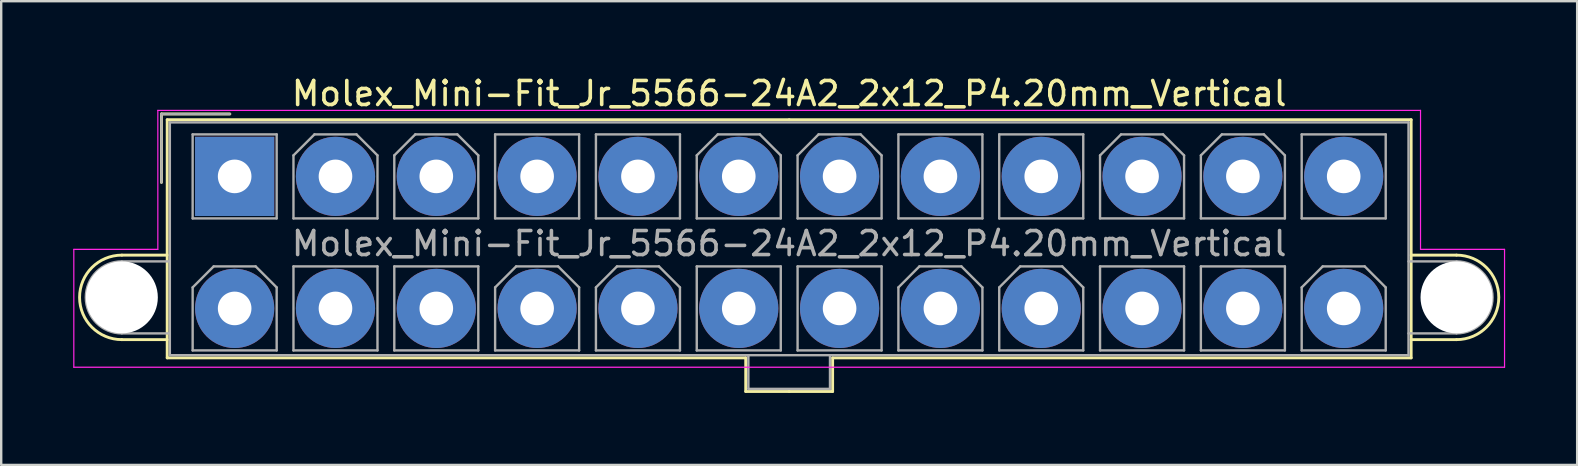
<source format=kicad_pcb>
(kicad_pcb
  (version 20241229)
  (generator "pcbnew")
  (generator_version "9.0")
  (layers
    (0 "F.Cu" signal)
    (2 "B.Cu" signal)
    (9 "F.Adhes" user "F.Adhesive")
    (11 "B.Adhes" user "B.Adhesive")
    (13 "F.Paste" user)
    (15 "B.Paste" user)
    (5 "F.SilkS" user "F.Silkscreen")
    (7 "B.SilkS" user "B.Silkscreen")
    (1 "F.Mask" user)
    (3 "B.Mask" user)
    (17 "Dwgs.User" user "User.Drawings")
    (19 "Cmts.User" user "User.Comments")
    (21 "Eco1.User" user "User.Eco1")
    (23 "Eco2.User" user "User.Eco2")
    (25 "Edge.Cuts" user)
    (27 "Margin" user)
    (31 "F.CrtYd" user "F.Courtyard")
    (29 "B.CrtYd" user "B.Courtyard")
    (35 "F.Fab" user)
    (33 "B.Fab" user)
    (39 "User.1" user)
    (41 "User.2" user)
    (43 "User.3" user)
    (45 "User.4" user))
  (footprint "Molex_Mini-Fit_Jr_5566-24A2_2x12_P4.20mm_Vertical"
    (layer "F.Cu")
    (at 6.725 4.298)
    (property "Reference" "Molex_Mini-Fit_Jr_5566-24A2_2x12_P4.20mm_Vertical" (at 23.1 -3.45 0) (layer "F.SilkS") (effects (font (size 1 1) (thickness 0.15))))
    (attr through_hole)
    (fp_line (start -4.7 3.28) (end -2.81 3.28) (stroke (width 0.12) (type solid)) (layer "F.SilkS"))
    (fp_line (start -4.7 6.8) (end -2.81 6.8) (stroke (width 0.12) (type solid)) (layer "F.SilkS"))
    (fp_line (start -3.05 -2.6) (end -3.05 0.25) (stroke (width 0.12) (type solid)) (layer "F.SilkS"))
    (fp_line (start -2.81 -2.36) (end -2.81 7.56) (stroke (width 0.12) (type solid)) (layer "F.SilkS"))
    (fp_line (start -2.81 7.56) (end 21.29 7.56) (stroke (width 0.12) (type solid)) (layer "F.SilkS"))
    (fp_line (start -0.2 -2.6) (end -3.05 -2.6) (stroke (width 0.12) (type solid)) (layer "F.SilkS"))
    (fp_line (start 21.29 7.56) (end 21.29 8.96) (stroke (width 0.12) (type solid)) (layer "F.SilkS"))
    (fp_line (start 21.29 8.96) (end 23.1 8.96) (stroke (width 0.12) (type solid)) (layer "F.SilkS"))
    (fp_line (start 23.1 -2.36) (end -2.81 -2.36) (stroke (width 0.12) (type solid)) (layer "F.SilkS"))
    (fp_line (start 23.1 -2.36) (end 49.01 -2.36) (stroke (width 0.12) (type solid)) (layer "F.SilkS"))
    (fp_line (start 24.91 7.56) (end 24.91 8.96) (stroke (width 0.12) (type solid)) (layer "F.SilkS"))
    (fp_line (start 24.91 8.96) (end 23.1 8.96) (stroke (width 0.12) (type solid)) (layer "F.SilkS"))
    (fp_line (start 49.01 -2.36) (end 49.01 7.56) (stroke (width 0.12) (type solid)) (layer "F.SilkS"))
    (fp_line (start 49.01 7.56) (end 24.91 7.56) (stroke (width 0.12) (type solid)) (layer "F.SilkS"))
    (fp_line (start 50.9 3.28) (end 49.01 3.28) (stroke (width 0.12) (type solid)) (layer "F.SilkS"))
    (fp_line (start 50.9 6.8) (end 49.01 6.8) (stroke (width 0.12) (type solid)) (layer "F.SilkS"))
    (fp_arc (start -4.7 6.8) (mid -6.46 5.04) (end -4.7 3.28) (stroke (width 0.12) (type solid)) (layer "F.SilkS"))
    (fp_arc (start 50.9 3.28) (mid 52.66 5.04) (end 50.9 6.8) (stroke (width 0.12) (type solid)) (layer "F.SilkS"))
    (fp_line (start -6.7 3.04) (end -6.7 7.95) (stroke (width 0.05) (type solid)) (layer "F.CrtYd"))
    (fp_line (start -6.7 7.95) (end 52.9 7.95) (stroke (width 0.05) (type solid)) (layer "F.CrtYd"))
    (fp_line (start -3.2 -2.75) (end -3.2 3.04) (stroke (width 0.05) (type solid)) (layer "F.CrtYd"))
    (fp_line (start -3.2 3.04) (end -6.7 3.04) (stroke (width 0.05) (type solid)) (layer "F.CrtYd"))
    (fp_line (start 49.4 -2.75) (end -3.2 -2.75) (stroke (width 0.05) (type solid)) (layer "F.CrtYd"))
    (fp_line (start 49.4 3.04) (end 49.4 -2.75) (stroke (width 0.05) (type solid)) (layer "F.CrtYd"))
    (fp_line (start 52.9 3.04) (end 49.4 3.04) (stroke (width 0.05) (type solid)) (layer "F.CrtYd"))
    (fp_line (start 52.9 7.95) (end 52.9 3.04) (stroke (width 0.05) (type solid)) (layer "F.CrtYd"))
    (fp_line (start -4.7 3.54) (end -2.7 3.54) (stroke (width 0.1) (type solid)) (layer "F.Fab"))
    (fp_line (start -4.7 6.54) (end -2.7 6.54) (stroke (width 0.1) (type solid)) (layer "F.Fab"))
    (fp_line (start -3.05 -2.6) (end -3.05 0.25) (stroke (width 0.1) (type solid)) (layer "F.Fab"))
    (fp_line (start -2.7 -2.25) (end -2.7 7.45) (stroke (width 0.1) (type solid)) (layer "F.Fab"))
    (fp_line (start -2.7 7.45) (end 48.9 7.45) (stroke (width 0.1) (type solid)) (layer "F.Fab"))
    (fp_line (start -1.75 -1.75) (end -1.75 1.75) (stroke (width 0.1) (type solid)) (layer "F.Fab"))
    (fp_line (start -1.75 1.75) (end 1.75 1.75) (stroke (width 0.1) (type solid)) (layer "F.Fab"))
    (fp_line (start -1.75 4.625) (end -0.875 3.75) (stroke (width 0.1) (type solid)) (layer "F.Fab"))
    (fp_line (start -1.75 7.25) (end -1.75 4.625) (stroke (width 0.1) (type solid)) (layer "F.Fab"))
    (fp_line (start -0.875 3.75) (end 0.875 3.75) (stroke (width 0.1) (type solid)) (layer "F.Fab"))
    (fp_line (start -0.2 -2.6) (end -3.05 -2.6) (stroke (width 0.1) (type solid)) (layer "F.Fab"))
    (fp_line (start 0.875 3.75) (end 1.75 4.625) (stroke (width 0.1) (type solid)) (layer "F.Fab"))
    (fp_line (start 1.75 -1.75) (end -1.75 -1.75) (stroke (width 0.1) (type solid)) (layer "F.Fab"))
    (fp_line (start 1.75 1.75) (end 1.75 -1.75) (stroke (width 0.1) (type solid)) (layer "F.Fab"))
    (fp_line (start 1.75 4.625) (end 1.75 7.25) (stroke (width 0.1) (type solid)) (layer "F.Fab"))
    (fp_line (start 1.75 7.25) (end -1.75 7.25) (stroke (width 0.1) (type solid)) (layer "F.Fab"))
    (fp_line (start 2.45 -0.875) (end 3.325 -1.75) (stroke (width 0.1) (type solid)) (layer "F.Fab"))
    (fp_line (start 2.45 1.75) (end 2.45 -0.875) (stroke (width 0.1) (type solid)) (layer "F.Fab"))
    (fp_line (start 2.45 3.75) (end 2.45 7.25) (stroke (width 0.1) (type solid)) (layer "F.Fab"))
    (fp_line (start 2.45 7.25) (end 5.95 7.25) (stroke (width 0.1) (type solid)) (layer "F.Fab"))
    (fp_line (start 3.325 -1.75) (end 5.075 -1.75) (stroke (width 0.1) (type solid)) (layer "F.Fab"))
    (fp_line (start 5.075 -1.75) (end 5.95 -0.875) (stroke (width 0.1) (type solid)) (layer "F.Fab"))
    (fp_line (start 5.95 -0.875) (end 5.95 1.75) (stroke (width 0.1) (type solid)) (layer "F.Fab"))
    (fp_line (start 5.95 1.75) (end 2.45 1.75) (stroke (width 0.1) (type solid)) (layer "F.Fab"))
    (fp_line (start 5.95 3.75) (end 2.45 3.75) (stroke (width 0.1) (type solid)) (layer "F.Fab"))
    (fp_line (start 5.95 7.25) (end 5.95 3.75) (stroke (width 0.1) (type solid)) (layer "F.Fab"))
    (fp_line (start 6.65 -0.875) (end 7.525 -1.75) (stroke (width 0.1) (type solid)) (layer "F.Fab"))
    (fp_line (start 6.65 1.75) (end 6.65 -0.875) (stroke (width 0.1) (type solid)) (layer "F.Fab"))
    (fp_line (start 6.65 3.75) (end 6.65 7.25) (stroke (width 0.1) (type solid)) (layer "F.Fab"))
    (fp_line (start 6.65 7.25) (end 10.15 7.25) (stroke (width 0.1) (type solid)) (layer "F.Fab"))
    (fp_line (start 7.525 -1.75) (end 9.275 -1.75) (stroke (width 0.1) (type solid)) (layer "F.Fab"))
    (fp_line (start 9.275 -1.75) (end 10.15 -0.875) (stroke (width 0.1) (type solid)) (layer "F.Fab"))
    (fp_line (start 10.15 -0.875) (end 10.15 1.75) (stroke (width 0.1) (type solid)) (layer "F.Fab"))
    (fp_line (start 10.15 1.75) (end 6.65 1.75) (stroke (width 0.1) (type solid)) (layer "F.Fab"))
    (fp_line (start 10.15 3.75) (end 6.65 3.75) (stroke (width 0.1) (type solid)) (layer "F.Fab"))
    (fp_line (start 10.15 7.25) (end 10.15 3.75) (stroke (width 0.1) (type solid)) (layer "F.Fab"))
    (fp_line (start 10.85 -1.75) (end 10.85 1.75) (stroke (width 0.1) (type solid)) (layer "F.Fab"))
    (fp_line (start 10.85 1.75) (end 14.35 1.75) (stroke (width 0.1) (type solid)) (layer "F.Fab"))
    (fp_line (start 10.85 4.625) (end 11.725 3.75) (stroke (width 0.1) (type solid)) (layer "F.Fab"))
    (fp_line (start 10.85 7.25) (end 10.85 4.625) (stroke (width 0.1) (type solid)) (layer "F.Fab"))
    (fp_line (start 11.725 3.75) (end 13.475 3.75) (stroke (width 0.1) (type solid)) (layer "F.Fab"))
    (fp_line (start 13.475 3.75) (end 14.35 4.625) (stroke (width 0.1) (type solid)) (layer "F.Fab"))
    (fp_line (start 14.35 -1.75) (end 10.85 -1.75) (stroke (width 0.1) (type solid)) (layer "F.Fab"))
    (fp_line (start 14.35 1.75) (end 14.35 -1.75) (stroke (width 0.1) (type solid)) (layer "F.Fab"))
    (fp_line (start 14.35 4.625) (end 14.35 7.25) (stroke (width 0.1) (type solid)) (layer "F.Fab"))
    (fp_line (start 14.35 7.25) (end 10.85 7.25) (stroke (width 0.1) (type solid)) (layer "F.Fab"))
    (fp_line (start 15.05 -1.75) (end 15.05 1.75) (stroke (width 0.1) (type solid)) (layer "F.Fab"))
    (fp_line (start 15.05 1.75) (end 18.55 1.75) (stroke (width 0.1) (type solid)) (layer "F.Fab"))
    (fp_line (start 15.05 4.625) (end 15.925 3.75) (stroke (width 0.1) (type solid)) (layer "F.Fab"))
    (fp_line (start 15.05 7.25) (end 15.05 4.625) (stroke (width 0.1) (type solid)) (layer "F.Fab"))
    (fp_line (start 15.925 3.75) (end 17.675 3.75) (stroke (width 0.1) (type solid)) (layer "F.Fab"))
    (fp_line (start 17.675 3.75) (end 18.55 4.625) (stroke (width 0.1) (type solid)) (layer "F.Fab"))
    (fp_line (start 18.55 -1.75) (end 15.05 -1.75) (stroke (width 0.1) (type solid)) (layer "F.Fab"))
    (fp_line (start 18.55 1.75) (end 18.55 -1.75) (stroke (width 0.1) (type solid)) (layer "F.Fab"))
    (fp_line (start 18.55 4.625) (end 18.55 7.25) (stroke (width 0.1) (type solid)) (layer "F.Fab"))
    (fp_line (start 18.55 7.25) (end 15.05 7.25) (stroke (width 0.1) (type solid)) (layer "F.Fab"))
    (fp_line (start 19.25 -0.875) (end 20.125 -1.75) (stroke (width 0.1) (type solid)) (layer "F.Fab"))
    (fp_line (start 19.25 1.75) (end 19.25 -0.875) (stroke (width 0.1) (type solid)) (layer "F.Fab"))
    (fp_line (start 19.25 3.75) (end 19.25 7.25) (stroke (width 0.1) (type solid)) (layer "F.Fab"))
    (fp_line (start 19.25 7.25) (end 22.75 7.25) (stroke (width 0.1) (type solid)) (layer "F.Fab"))
    (fp_line (start 20.125 -1.75) (end 21.875 -1.75) (stroke (width 0.1) (type solid)) (layer "F.Fab"))
    (fp_line (start 21.4 7.45) (end 21.4 8.85) (stroke (width 0.1) (type solid)) (layer "F.Fab"))
    (fp_line (start 21.4 8.85) (end 24.8 8.85) (stroke (width 0.1) (type solid)) (layer "F.Fab"))
    (fp_line (start 21.875 -1.75) (end 22.75 -0.875) (stroke (width 0.1) (type solid)) (layer "F.Fab"))
    (fp_line (start 22.75 -0.875) (end 22.75 1.75) (stroke (width 0.1) (type solid)) (layer "F.Fab"))
    (fp_line (start 22.75 1.75) (end 19.25 1.75) (stroke (width 0.1) (type solid)) (layer "F.Fab"))
    (fp_line (start 22.75 3.75) (end 19.25 3.75) (stroke (width 0.1) (type solid)) (layer "F.Fab"))
    (fp_line (start 22.75 7.25) (end 22.75 3.75) (stroke (width 0.1) (type solid)) (layer "F.Fab"))
    (fp_line (start 23.45 -0.875) (end 24.325 -1.75) (stroke (width 0.1) (type solid)) (layer "F.Fab"))
    (fp_line (start 23.45 1.75) (end 23.45 -0.875) (stroke (width 0.1) (type solid)) (layer "F.Fab"))
    (fp_line (start 23.45 3.75) (end 23.45 7.25) (stroke (width 0.1) (type solid)) (layer "F.Fab"))
    (fp_line (start 23.45 7.25) (end 26.95 7.25) (stroke (width 0.1) (type solid)) (layer "F.Fab"))
    (fp_line (start 24.325 -1.75) (end 26.075 -1.75) (stroke (width 0.1) (type solid)) (layer "F.Fab"))
    (fp_line (start 24.8 8.85) (end 24.8 7.45) (stroke (width 0.1) (type solid)) (layer "F.Fab"))
    (fp_line (start 26.075 -1.75) (end 26.95 -0.875) (stroke (width 0.1) (type solid)) (layer "F.Fab"))
    (fp_line (start 26.95 -0.875) (end 26.95 1.75) (stroke (width 0.1) (type solid)) (layer "F.Fab"))
    (fp_line (start 26.95 1.75) (end 23.45 1.75) (stroke (width 0.1) (type solid)) (layer "F.Fab"))
    (fp_line (start 26.95 3.75) (end 23.45 3.75) (stroke (width 0.1) (type solid)) (layer "F.Fab"))
    (fp_line (start 26.95 7.25) (end 26.95 3.75) (stroke (width 0.1) (type solid)) (layer "F.Fab"))
    (fp_line (start 27.65 -1.75) (end 27.65 1.75) (stroke (width 0.1) (type solid)) (layer "F.Fab"))
    (fp_line (start 27.65 1.75) (end 31.15 1.75) (stroke (width 0.1) (type solid)) (layer "F.Fab"))
    (fp_line (start 27.65 4.625) (end 28.525 3.75) (stroke (width 0.1) (type solid)) (layer "F.Fab"))
    (fp_line (start 27.65 7.25) (end 27.65 4.625) (stroke (width 0.1) (type solid)) (layer "F.Fab"))
    (fp_line (start 28.525 3.75) (end 30.275 3.75) (stroke (width 0.1) (type solid)) (layer "F.Fab"))
    (fp_line (start 30.275 3.75) (end 31.15 4.625) (stroke (width 0.1) (type solid)) (layer "F.Fab"))
    (fp_line (start 31.15 -1.75) (end 27.65 -1.75) (stroke (width 0.1) (type solid)) (layer "F.Fab"))
    (fp_line (start 31.15 1.75) (end 31.15 -1.75) (stroke (width 0.1) (type solid)) (layer "F.Fab"))
    (fp_line (start 31.15 4.625) (end 31.15 7.25) (stroke (width 0.1) (type solid)) (layer "F.Fab"))
    (fp_line (start 31.15 7.25) (end 27.65 7.25) (stroke (width 0.1) (type solid)) (layer "F.Fab"))
    (fp_line (start 31.85 -1.75) (end 31.85 1.75) (stroke (width 0.1) (type solid)) (layer "F.Fab"))
    (fp_line (start 31.85 1.75) (end 35.35 1.75) (stroke (width 0.1) (type solid)) (layer "F.Fab"))
    (fp_line (start 31.85 4.625) (end 32.725 3.75) (stroke (width 0.1) (type solid)) (layer "F.Fab"))
    (fp_line (start 31.85 7.25) (end 31.85 4.625) (stroke (width 0.1) (type solid)) (layer "F.Fab"))
    (fp_line (start 32.725 3.75) (end 34.475 3.75) (stroke (width 0.1) (type solid)) (layer "F.Fab"))
    (fp_line (start 34.475 3.75) (end 35.35 4.625) (stroke (width 0.1) (type solid)) (layer "F.Fab"))
    (fp_line (start 35.35 -1.75) (end 31.85 -1.75) (stroke (width 0.1) (type solid)) (layer "F.Fab"))
    (fp_line (start 35.35 1.75) (end 35.35 -1.75) (stroke (width 0.1) (type solid)) (layer "F.Fab"))
    (fp_line (start 35.35 4.625) (end 35.35 7.25) (stroke (width 0.1) (type solid)) (layer "F.Fab"))
    (fp_line (start 35.35 7.25) (end 31.85 7.25) (stroke (width 0.1) (type solid)) (layer "F.Fab"))
    (fp_line (start 36.05 -0.875) (end 36.925 -1.75) (stroke (width 0.1) (type solid)) (layer "F.Fab"))
    (fp_line (start 36.05 1.75) (end 36.05 -0.875) (stroke (width 0.1) (type solid)) (layer "F.Fab"))
    (fp_line (start 36.05 3.75) (end 36.05 7.25) (stroke (width 0.1) (type solid)) (layer "F.Fab"))
    (fp_line (start 36.05 7.25) (end 39.55 7.25) (stroke (width 0.1) (type solid)) (layer "F.Fab"))
    (fp_line (start 36.925 -1.75) (end 38.675 -1.75) (stroke (width 0.1) (type solid)) (layer "F.Fab"))
    (fp_line (start 38.675 -1.75) (end 39.55 -0.875) (stroke (width 0.1) (type solid)) (layer "F.Fab"))
    (fp_line (start 39.55 -0.875) (end 39.55 1.75) (stroke (width 0.1) (type solid)) (layer "F.Fab"))
    (fp_line (start 39.55 1.75) (end 36.05 1.75) (stroke (width 0.1) (type solid)) (layer "F.Fab"))
    (fp_line (start 39.55 3.75) (end 36.05 3.75) (stroke (width 0.1) (type solid)) (layer "F.Fab"))
    (fp_line (start 39.55 7.25) (end 39.55 3.75) (stroke (width 0.1) (type solid)) (layer "F.Fab"))
    (fp_line (start 40.25 -0.875) (end 41.125 -1.75) (stroke (width 0.1) (type solid)) (layer "F.Fab"))
    (fp_line (start 40.25 1.75) (end 40.25 -0.875) (stroke (width 0.1) (type solid)) (layer "F.Fab"))
    (fp_line (start 40.25 3.75) (end 40.25 7.25) (stroke (width 0.1) (type solid)) (layer "F.Fab"))
    (fp_line (start 40.25 7.25) (end 43.75 7.25) (stroke (width 0.1) (type solid)) (layer "F.Fab"))
    (fp_line (start 41.125 -1.75) (end 42.875 -1.75) (stroke (width 0.1) (type solid)) (layer "F.Fab"))
    (fp_line (start 42.875 -1.75) (end 43.75 -0.875) (stroke (width 0.1) (type solid)) (layer "F.Fab"))
    (fp_line (start 43.75 -0.875) (end 43.75 1.75) (stroke (width 0.1) (type solid)) (layer "F.Fab"))
    (fp_line (start 43.75 1.75) (end 40.25 1.75) (stroke (width 0.1) (type solid)) (layer "F.Fab"))
    (fp_line (start 43.75 3.75) (end 40.25 3.75) (stroke (width 0.1) (type solid)) (layer "F.Fab"))
    (fp_line (start 43.75 7.25) (end 43.75 3.75) (stroke (width 0.1) (type solid)) (layer "F.Fab"))
    (fp_line (start 44.45 -1.75) (end 44.45 1.75) (stroke (width 0.1) (type solid)) (layer "F.Fab"))
    (fp_line (start 44.45 1.75) (end 47.95 1.75) (stroke (width 0.1) (type solid)) (layer "F.Fab"))
    (fp_line (start 44.45 4.625) (end 45.325 3.75) (stroke (width 0.1) (type solid)) (layer "F.Fab"))
    (fp_line (start 44.45 7.25) (end 44.45 4.625) (stroke (width 0.1) (type solid)) (layer "F.Fab"))
    (fp_line (start 45.325 3.75) (end 47.075 3.75) (stroke (width 0.1) (type solid)) (layer "F.Fab"))
    (fp_line (start 47.075 3.75) (end 47.95 4.625) (stroke (width 0.1) (type solid)) (layer "F.Fab"))
    (fp_line (start 47.95 -1.75) (end 44.45 -1.75) (stroke (width 0.1) (type solid)) (layer "F.Fab"))
    (fp_line (start 47.95 1.75) (end 47.95 -1.75) (stroke (width 0.1) (type solid)) (layer "F.Fab"))
    (fp_line (start 47.95 4.625) (end 47.95 7.25) (stroke (width 0.1) (type solid)) (layer "F.Fab"))
    (fp_line (start 47.95 7.25) (end 44.45 7.25) (stroke (width 0.1) (type solid)) (layer "F.Fab"))
    (fp_line (start 48.9 -2.25) (end -2.7 -2.25) (stroke (width 0.1) (type solid)) (layer "F.Fab"))
    (fp_line (start 48.9 7.45) (end 48.9 -2.25) (stroke (width 0.1) (type solid)) (layer "F.Fab"))
    (fp_line (start 50.9 3.54) (end 48.9 3.54) (stroke (width 0.1) (type solid)) (layer "F.Fab"))
    (fp_line (start 50.9 6.54) (end 48.9 6.54) (stroke (width 0.1) (type solid)) (layer "F.Fab"))
    (fp_arc (start -4.7 6.54) (mid -6.2 5.04) (end -4.7 3.54) (stroke (width 0.1) (type solid)) (layer "F.Fab"))
    (fp_arc (start 50.9 3.54) (mid 52.4 5.04) (end 50.9 6.54) (stroke (width 0.1) (type solid)) (layer "F.Fab"))
    (fp_text user "${REFERENCE}" (at 23.1 2.8 0) (layer "F.Fab") (effects (font (size 1 1) (thickness 0.15))))
    (pad "" np_thru_hole circle (at -4.7 5.04) (size 3 3) (drill 3) (layers "*.Cu" "*.Mask"))
    (pad "" np_thru_hole circle (at 50.9 5.04) (size 3 3) (drill 3) (layers "*.Cu" "*.Mask"))
    (pad "1" thru_hole rect (at 0 0) (size 3.3 3.3) (drill 1.4) (layers "*.Cu" "*.Mask"))
    (pad "2" thru_hole circle (at 4.2 0) (size 3.3 3.3) (drill 1.4) (layers "*.Cu" "*.Mask"))
    (pad "3" thru_hole circle (at 8.4 0) (size 3.3 3.3) (drill 1.4) (layers "*.Cu" "*.Mask"))
    (pad "4" thru_hole circle (at 12.6 0) (size 3.3 3.3) (drill 1.4) (layers "*.Cu" "*.Mask"))
    (pad "5" thru_hole circle (at 16.8 0) (size 3.3 3.3) (drill 1.4) (layers "*.Cu" "*.Mask"))
    (pad "6" thru_hole circle (at 21 0) (size 3.3 3.3) (drill 1.4) (layers "*.Cu" "*.Mask"))
    (pad "7" thru_hole circle (at 25.2 0) (size 3.3 3.3) (drill 1.4) (layers "*.Cu" "*.Mask"))
    (pad "8" thru_hole circle (at 29.4 0) (size 3.3 3.3) (drill 1.4) (layers "*.Cu" "*.Mask"))
    (pad "9" thru_hole circle (at 33.6 0) (size 3.3 3.3) (drill 1.4) (layers "*.Cu" "*.Mask"))
    (pad "10" thru_hole circle (at 37.8 0) (size 3.3 3.3) (drill 1.4) (layers "*.Cu" "*.Mask"))
    (pad "11" thru_hole circle (at 42 0) (size 3.3 3.3) (drill 1.4) (layers "*.Cu" "*.Mask"))
    (pad "12" thru_hole circle (at 46.2 0) (size 3.3 3.3) (drill 1.4) (layers "*.Cu" "*.Mask"))
    (pad "13" thru_hole circle (at 0 5.5) (size 3.3 3.3) (drill 1.4) (layers "*.Cu" "*.Mask"))
    (pad "14" thru_hole circle (at 4.2 5.5) (size 3.3 3.3) (drill 1.4) (layers "*.Cu" "*.Mask"))
    (pad "15" thru_hole circle (at 8.4 5.5) (size 3.3 3.3) (drill 1.4) (layers "*.Cu" "*.Mask"))
    (pad "16" thru_hole circle (at 12.6 5.5) (size 3.3 3.3) (drill 1.4) (layers "*.Cu" "*.Mask"))
    (pad "17" thru_hole circle (at 16.8 5.5) (size 3.3 3.3) (drill 1.4) (layers "*.Cu" "*.Mask"))
    (pad "18" thru_hole circle (at 21 5.5) (size 3.3 3.3) (drill 1.4) (layers "*.Cu" "*.Mask"))
    (pad "19" thru_hole circle (at 25.2 5.5) (size 3.3 3.3) (drill 1.4) (layers "*.Cu" "*.Mask"))
    (pad "20" thru_hole circle (at 29.4 5.5) (size 3.3 3.3) (drill 1.4) (layers "*.Cu" "*.Mask"))
    (pad "21" thru_hole circle (at 33.6 5.5) (size 3.3 3.3) (drill 1.4) (layers "*.Cu" "*.Mask"))
    (pad "22" thru_hole circle (at 37.8 5.5) (size 3.3 3.3) (drill 1.4) (layers "*.Cu" "*.Mask"))
    (pad "23" thru_hole circle (at 42 5.5) (size 3.3 3.3) (drill 1.4) (layers "*.Cu" "*.Mask"))
    (pad "24" thru_hole circle (at 46.2 5.5) (size 3.3 3.3) (drill 1.4) (layers "*.Cu" "*.Mask")))
  (gr_rect
    (start -3 -3)
    (end 62.65 16.318)
    (stroke (width 0.1) (type default))
    (fill no)
    (layer "Edge.Cuts")))
</source>
